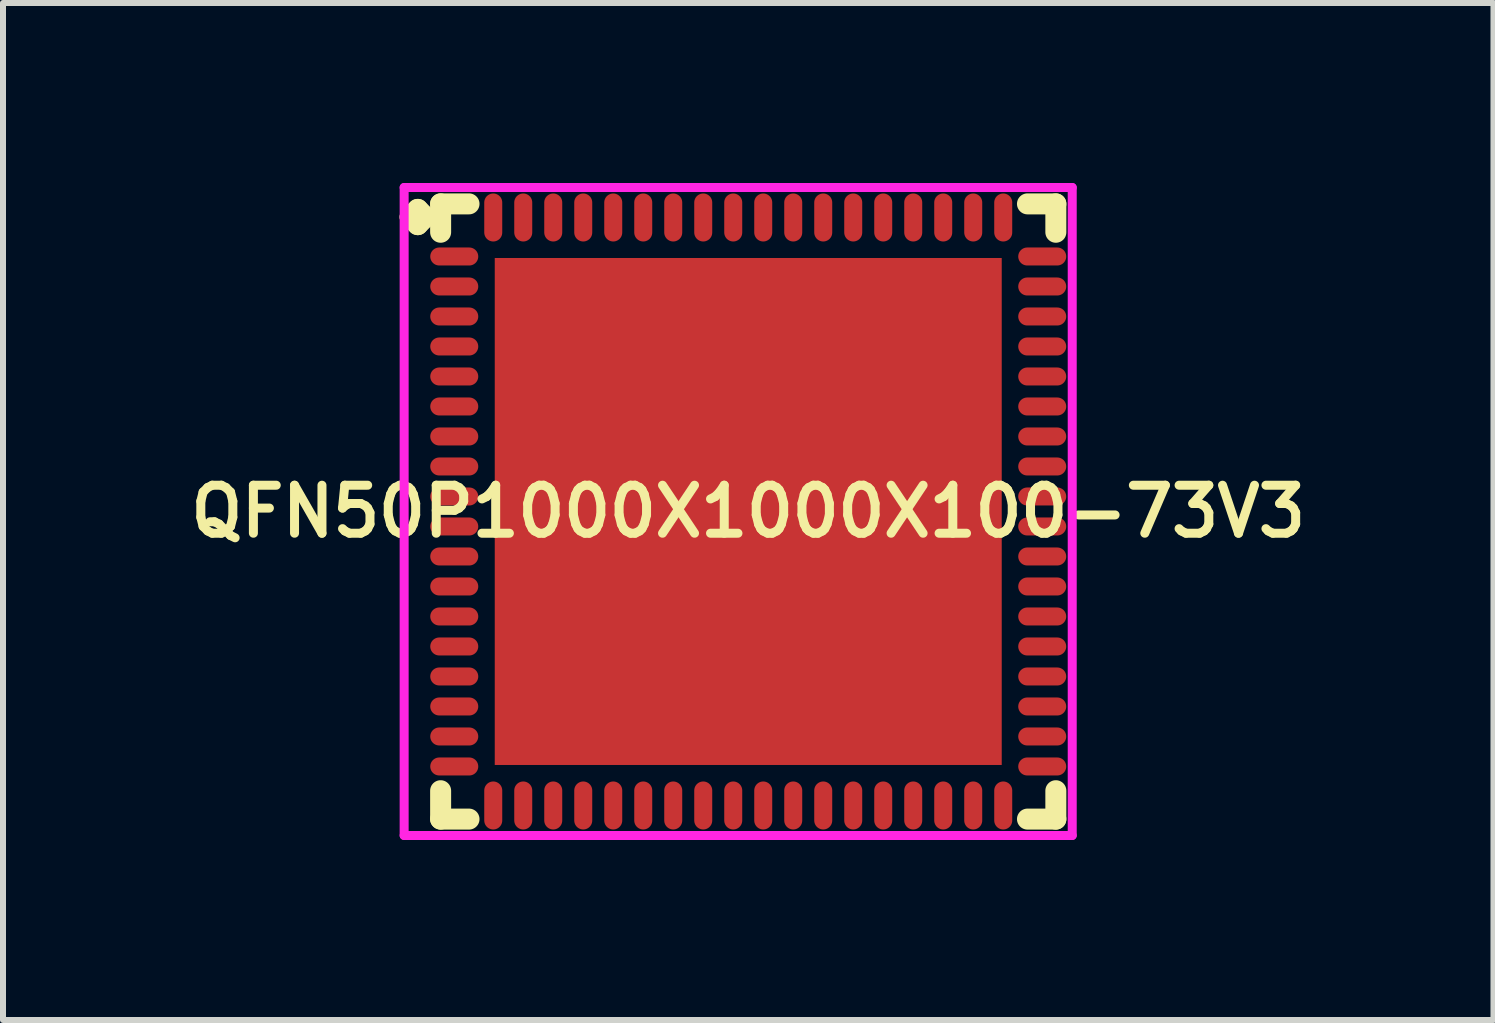
<source format=kicad_pcb>
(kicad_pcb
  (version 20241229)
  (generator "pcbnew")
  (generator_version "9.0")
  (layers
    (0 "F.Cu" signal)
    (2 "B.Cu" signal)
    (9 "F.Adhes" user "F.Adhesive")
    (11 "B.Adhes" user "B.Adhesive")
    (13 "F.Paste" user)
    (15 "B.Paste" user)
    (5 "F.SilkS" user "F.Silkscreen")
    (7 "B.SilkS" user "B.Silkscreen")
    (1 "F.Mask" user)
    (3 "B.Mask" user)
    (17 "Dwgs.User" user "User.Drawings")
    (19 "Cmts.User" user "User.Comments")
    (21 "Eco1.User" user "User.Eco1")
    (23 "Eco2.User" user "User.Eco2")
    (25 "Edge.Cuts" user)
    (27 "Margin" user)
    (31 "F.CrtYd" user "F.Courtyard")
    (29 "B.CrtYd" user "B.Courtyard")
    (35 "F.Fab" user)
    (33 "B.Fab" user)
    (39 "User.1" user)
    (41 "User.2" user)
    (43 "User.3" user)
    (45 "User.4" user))
  (footprint "QFN50P1000X1000X100-73V3"
    (layer "F.Cu")
    (at 9.421 5.475)
    (property "Reference" "QFN50P1000X1000X100-73V3" (at 0 0 0) (layer "F.SilkS") (effects (font (size 0.8 0.8) (thickness 0.15))))
    (attr through_hole)
    (fp_line (start -5.635 -4.908) (end -5.508 -5.035) (stroke (width 0.35) (type solid)) (layer "F.SilkS"))
    (fp_line (start -5.508 -5.035) (end -5.381 -4.908) (stroke (width 0.35) (type solid)) (layer "F.SilkS"))
    (fp_line (start -5.508 -4.781) (end -5.635 -4.908) (stroke (width 0.35) (type solid)) (layer "F.SilkS"))
    (fp_line (start -5.381 -4.908) (end -5.508 -4.781) (stroke (width 0.35) (type solid)) (layer "F.SilkS"))
    (fp_line (start -5.127 -5.127) (end -4.654 -5.127) (stroke (width 0.35) (type solid)) (layer "F.SilkS"))
    (fp_line (start -5.127 -4.654) (end -5.127 -5.127) (stroke (width 0.35) (type solid)) (layer "F.SilkS"))
    (fp_line (start -5.127 4.654) (end -5.127 5.127) (stroke (width 0.35) (type solid)) (layer "F.SilkS"))
    (fp_line (start -5.127 5.127) (end -4.654 5.127) (stroke (width 0.35) (type solid)) (layer "F.SilkS"))
    (fp_line (start 4.654 -5.127) (end 5.127 -5.127) (stroke (width 0.35) (type solid)) (layer "F.SilkS"))
    (fp_line (start 4.654 5.127) (end 5.127 5.127) (stroke (width 0.35) (type solid)) (layer "F.SilkS"))
    (fp_line (start 5.127 -5.127) (end 5.127 -4.654) (stroke (width 0.35) (type solid)) (layer "F.SilkS"))
    (fp_line (start 5.127 5.127) (end 5.127 4.654) (stroke (width 0.35) (type solid)) (layer "F.SilkS"))
    (fp_line (start -5.735 -5.4) (end 5.4 -5.4) (stroke (width 0.15) (type solid)) (layer "F.CrtYd"))
    (fp_line (start -5.735 5.4) (end -5.735 -5.4) (stroke (width 0.15) (type solid)) (layer "F.CrtYd"))
    (fp_line (start 5.4 -5.4) (end 5.4 5.4) (stroke (width 0.15) (type solid)) (layer "F.CrtYd"))
    (fp_line (start 5.4 5.4) (end -5.735 5.4) (stroke (width 0.15) (type solid)) (layer "F.CrtYd"))
    (pad "1" smd oval (at -4.9 -4.25) (size 0.8 0.3) (layers "F.Cu" "F.Mask" "F.Paste"))
    (pad "2" smd oval (at -4.9 -3.75) (size 0.8 0.3) (layers "F.Cu" "F.Mask" "F.Paste"))
    (pad "3" smd oval (at -4.9 -3.25) (size 0.8 0.3) (layers "F.Cu" "F.Mask" "F.Paste"))
    (pad "4" smd oval (at -4.9 -2.75) (size 0.8 0.3) (layers "F.Cu" "F.Mask" "F.Paste"))
    (pad "5" smd oval (at -4.9 -2.25) (size 0.8 0.3) (layers "F.Cu" "F.Mask" "F.Paste"))
    (pad "6" smd oval (at -4.9 -1.75) (size 0.8 0.3) (layers "F.Cu" "F.Mask" "F.Paste"))
    (pad "7" smd oval (at -4.9 -1.25) (size 0.8 0.3) (layers "F.Cu" "F.Mask" "F.Paste"))
    (pad "8" smd oval (at -4.9 -0.75) (size 0.8 0.3) (layers "F.Cu" "F.Mask" "F.Paste"))
    (pad "9" smd oval (at -4.9 -0.25) (size 0.8 0.3) (layers "F.Cu" "F.Mask" "F.Paste"))
    (pad "10" smd oval (at -4.9 0.25) (size 0.8 0.3) (layers "F.Cu" "F.Mask" "F.Paste"))
    (pad "11" smd oval (at -4.9 0.75) (size 0.8 0.3) (layers "F.Cu" "F.Mask" "F.Paste"))
    (pad "12" smd oval (at -4.9 1.25) (size 0.8 0.3) (layers "F.Cu" "F.Mask" "F.Paste"))
    (pad "13" smd oval (at -4.9 1.75) (size 0.8 0.3) (layers "F.Cu" "F.Mask" "F.Paste"))
    (pad "14" smd oval (at -4.9 2.25) (size 0.8 0.3) (layers "F.Cu" "F.Mask" "F.Paste"))
    (pad "15" smd oval (at -4.9 2.75) (size 0.8 0.3) (layers "F.Cu" "F.Mask" "F.Paste"))
    (pad "16" smd oval (at -4.9 3.25) (size 0.8 0.3) (layers "F.Cu" "F.Mask" "F.Paste"))
    (pad "17" smd oval (at -4.9 3.75) (size 0.8 0.3) (layers "F.Cu" "F.Mask" "F.Paste"))
    (pad "18" smd oval (at -4.9 4.25) (size 0.8 0.3) (layers "F.Cu" "F.Mask" "F.Paste"))
    (pad "19" smd oval (at -4.25 4.9) (size 0.3 0.8) (layers "F.Cu" "F.Mask" "F.Paste"))
    (pad "20" smd oval (at -3.75 4.9) (size 0.3 0.8) (layers "F.Cu" "F.Mask" "F.Paste"))
    (pad "21" smd oval (at -3.25 4.9) (size 0.3 0.8) (layers "F.Cu" "F.Mask" "F.Paste"))
    (pad "22" smd oval (at -2.75 4.9) (size 0.3 0.8) (layers "F.Cu" "F.Mask" "F.Paste"))
    (pad "23" smd oval (at -2.25 4.9) (size 0.3 0.8) (layers "F.Cu" "F.Mask" "F.Paste"))
    (pad "24" smd oval (at -1.75 4.9) (size 0.3 0.8) (layers "F.Cu" "F.Mask" "F.Paste"))
    (pad "25" smd oval (at -1.25 4.9) (size 0.3 0.8) (layers "F.Cu" "F.Mask" "F.Paste"))
    (pad "26" smd oval (at -0.75 4.9) (size 0.3 0.8) (layers "F.Cu" "F.Mask" "F.Paste"))
    (pad "27" smd oval (at -0.25 4.9) (size 0.3 0.8) (layers "F.Cu" "F.Mask" "F.Paste"))
    (pad "28" smd oval (at 0.25 4.9) (size 0.3 0.8) (layers "F.Cu" "F.Mask" "F.Paste"))
    (pad "29" smd oval (at 0.75 4.9) (size 0.3 0.8) (layers "F.Cu" "F.Mask" "F.Paste"))
    (pad "30" smd oval (at 1.25 4.9) (size 0.3 0.8) (layers "F.Cu" "F.Mask" "F.Paste"))
    (pad "31" smd oval (at 1.75 4.9) (size 0.3 0.8) (layers "F.Cu" "F.Mask" "F.Paste"))
    (pad "32" smd oval (at 2.25 4.9) (size 0.3 0.8) (layers "F.Cu" "F.Mask" "F.Paste"))
    (pad "33" smd oval (at 2.75 4.9) (size 0.3 0.8) (layers "F.Cu" "F.Mask" "F.Paste"))
    (pad "34" smd oval (at 3.25 4.9) (size 0.3 0.8) (layers "F.Cu" "F.Mask" "F.Paste"))
    (pad "35" smd oval (at 3.75 4.9) (size 0.3 0.8) (layers "F.Cu" "F.Mask" "F.Paste"))
    (pad "36" smd oval (at 4.25 4.9) (size 0.3 0.8) (layers "F.Cu" "F.Mask" "F.Paste"))
    (pad "37" smd oval (at 4.9 4.25) (size 0.8 0.3) (layers "F.Cu" "F.Mask" "F.Paste"))
    (pad "38" smd oval (at 4.9 3.75) (size 0.8 0.3) (layers "F.Cu" "F.Mask" "F.Paste"))
    (pad "39" smd oval (at 4.9 3.25) (size 0.8 0.3) (layers "F.Cu" "F.Mask" "F.Paste"))
    (pad "40" smd oval (at 4.9 2.75) (size 0.8 0.3) (layers "F.Cu" "F.Mask" "F.Paste"))
    (pad "41" smd oval (at 4.9 2.25) (size 0.8 0.3) (layers "F.Cu" "F.Mask" "F.Paste"))
    (pad "42" smd oval (at 4.9 1.75) (size 0.8 0.3) (layers "F.Cu" "F.Mask" "F.Paste"))
    (pad "43" smd oval (at 4.9 1.25) (size 0.8 0.3) (layers "F.Cu" "F.Mask" "F.Paste"))
    (pad "44" smd oval (at 4.9 0.75) (size 0.8 0.3) (layers "F.Cu" "F.Mask" "F.Paste"))
    (pad "45" smd oval (at 4.9 0.25) (size 0.8 0.3) (layers "F.Cu" "F.Mask" "F.Paste"))
    (pad "46" smd oval (at 4.9 -0.25) (size 0.8 0.3) (layers "F.Cu" "F.Mask" "F.Paste"))
    (pad "47" smd oval (at 4.9 -0.75) (size 0.8 0.3) (layers "F.Cu" "F.Mask" "F.Paste"))
    (pad "48" smd oval (at 4.9 -1.25) (size 0.8 0.3) (layers "F.Cu" "F.Mask" "F.Paste"))
    (pad "49" smd oval (at 4.9 -1.75) (size 0.8 0.3) (layers "F.Cu" "F.Mask" "F.Paste"))
    (pad "50" smd oval (at 4.9 -2.25) (size 0.8 0.3) (layers "F.Cu" "F.Mask" "F.Paste"))
    (pad "51" smd oval (at 4.9 -2.75) (size 0.8 0.3) (layers "F.Cu" "F.Mask" "F.Paste"))
    (pad "52" smd oval (at 4.9 -3.25) (size 0.8 0.3) (layers "F.Cu" "F.Mask" "F.Paste"))
    (pad "53" smd oval (at 4.9 -3.75) (size 0.8 0.3) (layers "F.Cu" "F.Mask" "F.Paste"))
    (pad "54" smd oval (at 4.9 -4.25) (size 0.8 0.3) (layers "F.Cu" "F.Mask" "F.Paste"))
    (pad "55" smd oval (at 4.25 -4.9) (size 0.3 0.8) (layers "F.Cu" "F.Mask" "F.Paste"))
    (pad "56" smd oval (at 3.75 -4.9) (size 0.3 0.8) (layers "F.Cu" "F.Mask" "F.Paste"))
    (pad "57" smd oval (at 3.25 -4.9) (size 0.3 0.8) (layers "F.Cu" "F.Mask" "F.Paste"))
    (pad "58" smd oval (at 2.75 -4.9) (size 0.3 0.8) (layers "F.Cu" "F.Mask" "F.Paste"))
    (pad "59" smd oval (at 2.25 -4.9) (size 0.3 0.8) (layers "F.Cu" "F.Mask" "F.Paste"))
    (pad "60" smd oval (at 1.75 -4.9) (size 0.3 0.8) (layers "F.Cu" "F.Mask" "F.Paste"))
    (pad "61" smd oval (at 1.25 -4.9) (size 0.3 0.8) (layers "F.Cu" "F.Mask" "F.Paste"))
    (pad "62" smd oval (at 0.75 -4.9) (size 0.3 0.8) (layers "F.Cu" "F.Mask" "F.Paste"))
    (pad "63" smd oval (at 0.25 -4.9) (size 0.3 0.8) (layers "F.Cu" "F.Mask" "F.Paste"))
    (pad "64" smd oval (at -0.25 -4.9) (size 0.3 0.8) (layers "F.Cu" "F.Mask" "F.Paste"))
    (pad "65" smd oval (at -0.75 -4.9) (size 0.3 0.8) (layers "F.Cu" "F.Mask" "F.Paste"))
    (pad "66" smd oval (at -1.25 -4.9) (size 0.3 0.8) (layers "F.Cu" "F.Mask" "F.Paste"))
    (pad "67" smd oval (at -1.75 -4.9) (size 0.3 0.8) (layers "F.Cu" "F.Mask" "F.Paste"))
    (pad "68" smd oval (at -2.25 -4.9) (size 0.3 0.8) (layers "F.Cu" "F.Mask" "F.Paste"))
    (pad "69" smd oval (at -2.75 -4.9) (size 0.3 0.8) (layers "F.Cu" "F.Mask" "F.Paste"))
    (pad "70" smd oval (at -3.25 -4.9) (size 0.3 0.8) (layers "F.Cu" "F.Mask" "F.Paste"))
    (pad "71" smd oval (at -3.75 -4.9) (size 0.3 0.8) (layers "F.Cu" "F.Mask" "F.Paste"))
    (pad "72" smd oval (at -4.25 -4.9) (size 0.3 0.8) (layers "F.Cu" "F.Mask" "F.Paste"))
    (pad "73" smd rect (at 0 0) (size 8.45 8.45) (layers "F.Cu" "F.Mask" "F.Paste")))
  (gr_rect
    (start -3 -3)
    (end 21.842 13.95)
    (stroke (width 0.1) (type default))
    (fill no)
    (layer "Edge.Cuts")))
</source>
